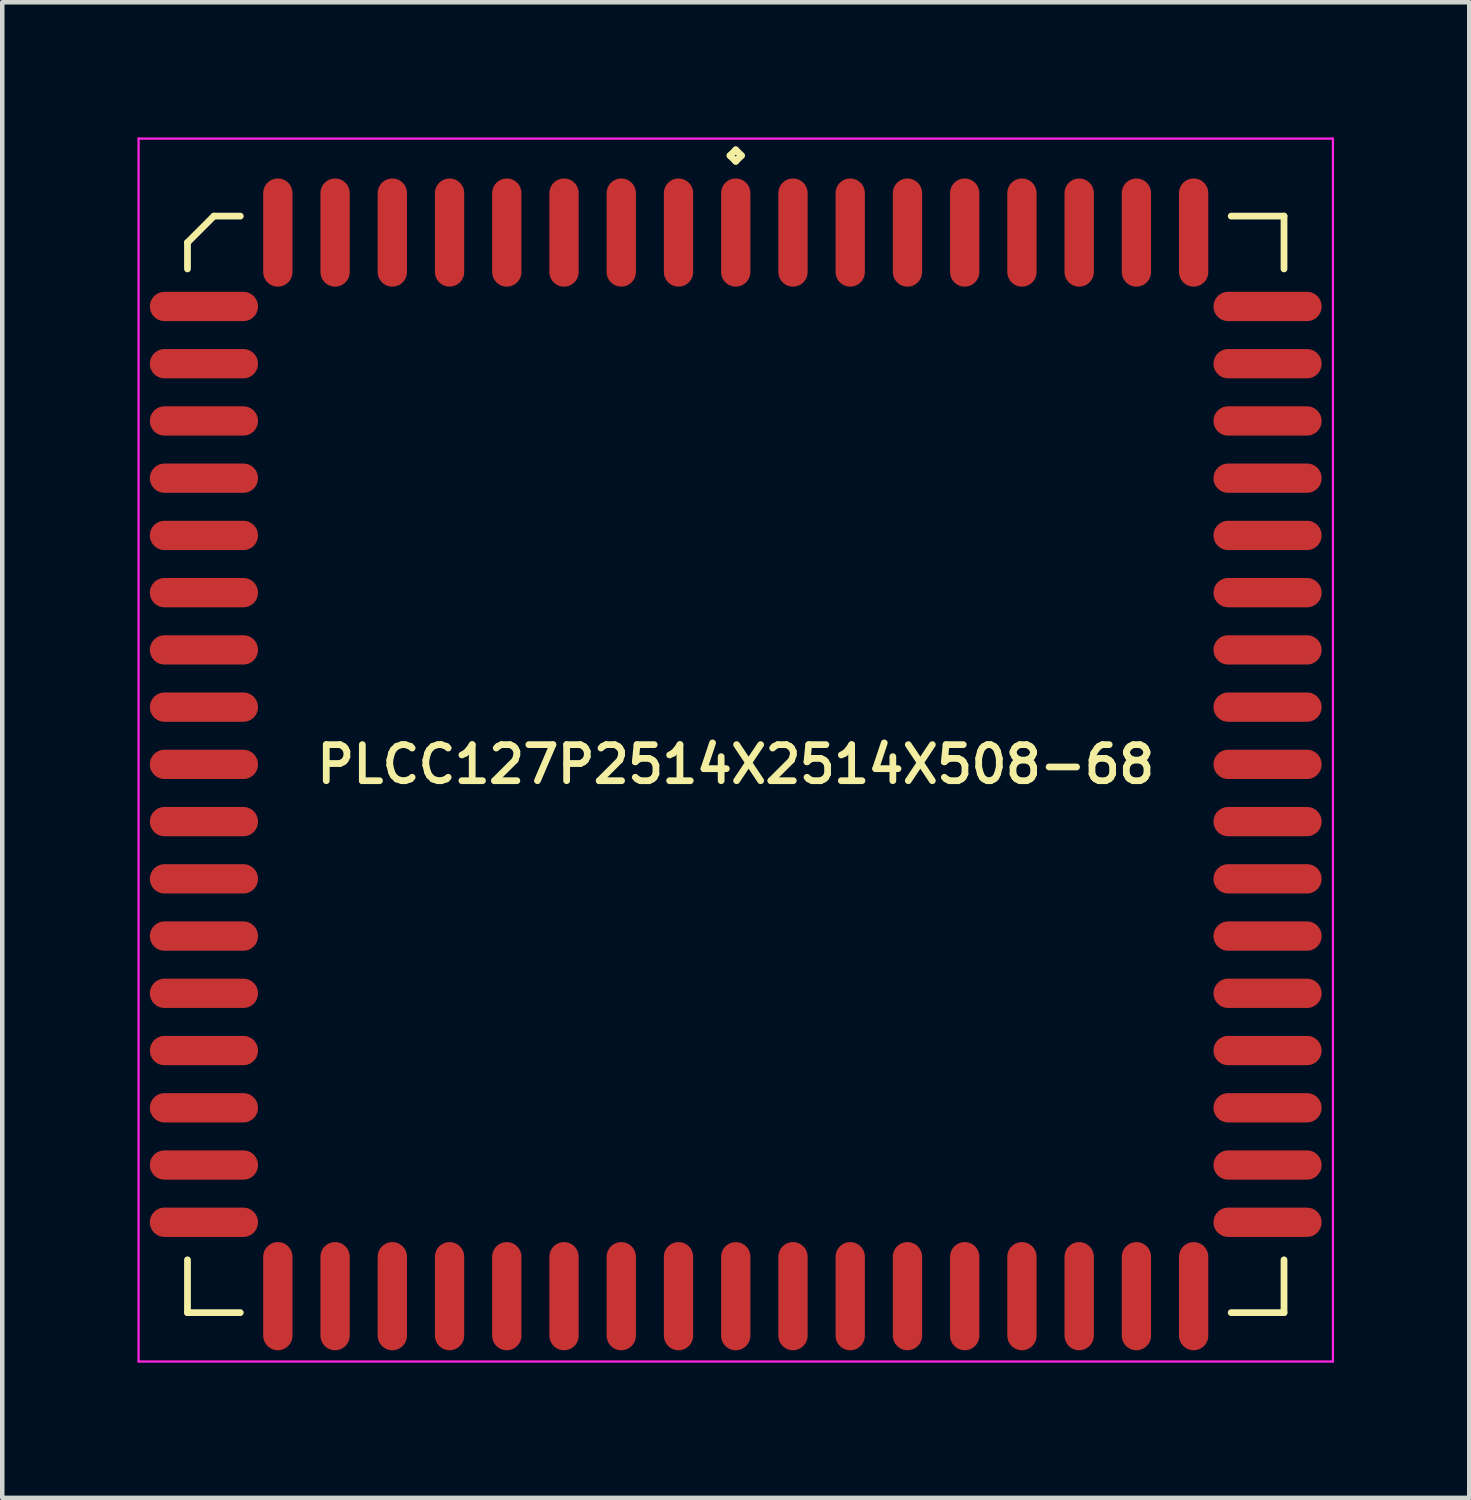
<source format=kicad_pcb>
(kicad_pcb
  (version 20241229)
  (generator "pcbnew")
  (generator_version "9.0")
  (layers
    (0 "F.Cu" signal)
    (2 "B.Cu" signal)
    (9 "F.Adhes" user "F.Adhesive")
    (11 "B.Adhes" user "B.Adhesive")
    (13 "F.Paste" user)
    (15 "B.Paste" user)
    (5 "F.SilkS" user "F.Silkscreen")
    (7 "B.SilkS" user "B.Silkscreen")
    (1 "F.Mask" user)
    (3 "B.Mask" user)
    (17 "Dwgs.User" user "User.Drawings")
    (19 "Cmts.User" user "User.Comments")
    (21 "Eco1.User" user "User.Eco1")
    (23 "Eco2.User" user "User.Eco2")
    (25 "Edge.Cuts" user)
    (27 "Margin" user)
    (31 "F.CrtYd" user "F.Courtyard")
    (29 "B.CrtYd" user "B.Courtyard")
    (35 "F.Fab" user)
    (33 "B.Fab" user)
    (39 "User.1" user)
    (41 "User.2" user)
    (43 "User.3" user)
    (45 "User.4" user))
  (footprint "PLCC127P2514X2514X508-68"
    (layer "F.Cu")
    (at 13.275 13.91)
    (property "Reference" "PLCC127P2514X2514X508-68" (at 0 0 0) (layer "F.SilkS") (effects (font (size 0.8 0.8) (thickness 0.15))))
    (attr smd)
    (fp_line (start -12.165 -11.579) (end -11.579 -12.165) (stroke (width 0.15) (type solid)) (layer "F.SilkS"))
    (fp_line (start -12.165 -10.993) (end -12.165 -11.579) (stroke (width 0.15) (type solid)) (layer "F.SilkS"))
    (fp_line (start -12.165 10.993) (end -12.165 12.165) (stroke (width 0.15) (type solid)) (layer "F.SilkS"))
    (fp_line (start -12.165 12.165) (end -10.993 12.165) (stroke (width 0.15) (type solid)) (layer "F.SilkS"))
    (fp_line (start -11.579 -12.165) (end -10.993 -12.165) (stroke (width 0.15) (type solid)) (layer "F.SilkS"))
    (fp_line (start -0.127 -13.508) (end 0 -13.635) (stroke (width 0.15) (type solid)) (layer "F.SilkS"))
    (fp_line (start 0 -13.635) (end 0.127 -13.508) (stroke (width 0.15) (type solid)) (layer "F.SilkS"))
    (fp_line (start 0 -13.381) (end -0.127 -13.508) (stroke (width 0.15) (type solid)) (layer "F.SilkS"))
    (fp_line (start 0.127 -13.508) (end 0 -13.381) (stroke (width 0.15) (type solid)) (layer "F.SilkS"))
    (fp_line (start 12.165 -12.165) (end 10.993 -12.165) (stroke (width 0.15) (type solid)) (layer "F.SilkS"))
    (fp_line (start 12.165 -10.993) (end 12.165 -12.165) (stroke (width 0.15) (type solid)) (layer "F.SilkS"))
    (fp_line (start 12.165 10.993) (end 12.165 12.165) (stroke (width 0.15) (type solid)) (layer "F.SilkS"))
    (fp_line (start 12.165 12.165) (end 10.993 12.165) (stroke (width 0.15) (type solid)) (layer "F.SilkS"))
    (fp_line (start -13.25 -13.885) (end 13.25 -13.885) (stroke (width 0.05) (type solid)) (layer "F.CrtYd"))
    (fp_line (start -13.25 13.25) (end -13.25 -13.885) (stroke (width 0.05) (type solid)) (layer "F.CrtYd"))
    (fp_line (start 13.25 -13.885) (end 13.25 13.25) (stroke (width 0.05) (type solid)) (layer "F.CrtYd"))
    (fp_line (start 13.25 13.25) (end -13.25 13.25) (stroke (width 0.05) (type solid)) (layer "F.CrtYd"))
    (pad "1" smd oval (at 0 -11.8) (size 0.65 2.4) (layers "F.Cu" "F.Mask" "F.Paste"))
    (pad "2" smd oval (at -1.27 -11.8) (size 0.65 2.4) (layers "F.Cu" "F.Mask" "F.Paste"))
    (pad "3" smd oval (at -2.54 -11.8) (size 0.65 2.4) (layers "F.Cu" "F.Mask" "F.Paste"))
    (pad "4" smd oval (at -3.81 -11.8) (size 0.65 2.4) (layers "F.Cu" "F.Mask" "F.Paste"))
    (pad "5" smd oval (at -5.08 -11.8) (size 0.65 2.4) (layers "F.Cu" "F.Mask" "F.Paste"))
    (pad "6" smd oval (at -6.35 -11.8) (size 0.65 2.4) (layers "F.Cu" "F.Mask" "F.Paste"))
    (pad "7" smd oval (at -7.62 -11.8) (size 0.65 2.4) (layers "F.Cu" "F.Mask" "F.Paste"))
    (pad "8" smd oval (at -8.89 -11.8) (size 0.65 2.4) (layers "F.Cu" "F.Mask" "F.Paste"))
    (pad "9" smd oval (at -10.16 -11.8) (size 0.65 2.4) (layers "F.Cu" "F.Mask" "F.Paste"))
    (pad "10" smd oval (at -11.8 -10.16) (size 2.4 0.65) (layers "F.Cu" "F.Mask" "F.Paste"))
    (pad "11" smd oval (at -11.8 -8.89) (size 2.4 0.65) (layers "F.Cu" "F.Mask" "F.Paste"))
    (pad "12" smd oval (at -11.8 -7.62) (size 2.4 0.65) (layers "F.Cu" "F.Mask" "F.Paste"))
    (pad "13" smd oval (at -11.8 -6.35) (size 2.4 0.65) (layers "F.Cu" "F.Mask" "F.Paste"))
    (pad "14" smd oval (at -11.8 -5.08) (size 2.4 0.65) (layers "F.Cu" "F.Mask" "F.Paste"))
    (pad "15" smd oval (at -11.8 -3.81) (size 2.4 0.65) (layers "F.Cu" "F.Mask" "F.Paste"))
    (pad "16" smd oval (at -11.8 -2.54) (size 2.4 0.65) (layers "F.Cu" "F.Mask" "F.Paste"))
    (pad "17" smd oval (at -11.8 -1.27) (size 2.4 0.65) (layers "F.Cu" "F.Mask" "F.Paste"))
    (pad "18" smd oval (at -11.8 0) (size 2.4 0.65) (layers "F.Cu" "F.Mask" "F.Paste"))
    (pad "19" smd oval (at -11.8 1.27) (size 2.4 0.65) (layers "F.Cu" "F.Mask" "F.Paste"))
    (pad "20" smd oval (at -11.8 2.54) (size 2.4 0.65) (layers "F.Cu" "F.Mask" "F.Paste"))
    (pad "21" smd oval (at -11.8 3.81) (size 2.4 0.65) (layers "F.Cu" "F.Mask" "F.Paste"))
    (pad "22" smd oval (at -11.8 5.08) (size 2.4 0.65) (layers "F.Cu" "F.Mask" "F.Paste"))
    (pad "23" smd oval (at -11.8 6.35) (size 2.4 0.65) (layers "F.Cu" "F.Mask" "F.Paste"))
    (pad "24" smd oval (at -11.8 7.62) (size 2.4 0.65) (layers "F.Cu" "F.Mask" "F.Paste"))
    (pad "25" smd oval (at -11.8 8.89) (size 2.4 0.65) (layers "F.Cu" "F.Mask" "F.Paste"))
    (pad "26" smd oval (at -11.8 10.16) (size 2.4 0.65) (layers "F.Cu" "F.Mask" "F.Paste"))
    (pad "27" smd oval (at -10.16 11.8) (size 0.65 2.4) (layers "F.Cu" "F.Mask" "F.Paste"))
    (pad "28" smd oval (at -8.89 11.8) (size 0.65 2.4) (layers "F.Cu" "F.Mask" "F.Paste"))
    (pad "29" smd oval (at -7.62 11.8) (size 0.65 2.4) (layers "F.Cu" "F.Mask" "F.Paste"))
    (pad "30" smd oval (at -6.35 11.8) (size 0.65 2.4) (layers "F.Cu" "F.Mask" "F.Paste"))
    (pad "31" smd oval (at -5.08 11.8) (size 0.65 2.4) (layers "F.Cu" "F.Mask" "F.Paste"))
    (pad "32" smd oval (at -3.81 11.8) (size 0.65 2.4) (layers "F.Cu" "F.Mask" "F.Paste"))
    (pad "33" smd oval (at -2.54 11.8) (size 0.65 2.4) (layers "F.Cu" "F.Mask" "F.Paste"))
    (pad "34" smd oval (at -1.27 11.8) (size 0.65 2.4) (layers "F.Cu" "F.Mask" "F.Paste"))
    (pad "35" smd oval (at 0 11.8) (size 0.65 2.4) (layers "F.Cu" "F.Mask" "F.Paste"))
    (pad "36" smd oval (at 1.27 11.8) (size 0.65 2.4) (layers "F.Cu" "F.Mask" "F.Paste"))
    (pad "37" smd oval (at 2.54 11.8) (size 0.65 2.4) (layers "F.Cu" "F.Mask" "F.Paste"))
    (pad "38" smd oval (at 3.81 11.8) (size 0.65 2.4) (layers "F.Cu" "F.Mask" "F.Paste"))
    (pad "39" smd oval (at 5.08 11.8) (size 0.65 2.4) (layers "F.Cu" "F.Mask" "F.Paste"))
    (pad "40" smd oval (at 6.35 11.8) (size 0.65 2.4) (layers "F.Cu" "F.Mask" "F.Paste"))
    (pad "41" smd oval (at 7.62 11.8) (size 0.65 2.4) (layers "F.Cu" "F.Mask" "F.Paste"))
    (pad "42" smd oval (at 8.89 11.8) (size 0.65 2.4) (layers "F.Cu" "F.Mask" "F.Paste"))
    (pad "43" smd oval (at 10.16 11.8) (size 0.65 2.4) (layers "F.Cu" "F.Mask" "F.Paste"))
    (pad "44" smd oval (at 11.8 10.16) (size 2.4 0.65) (layers "F.Cu" "F.Mask" "F.Paste"))
    (pad "45" smd oval (at 11.8 8.89) (size 2.4 0.65) (layers "F.Cu" "F.Mask" "F.Paste"))
    (pad "46" smd oval (at 11.8 7.62) (size 2.4 0.65) (layers "F.Cu" "F.Mask" "F.Paste"))
    (pad "47" smd oval (at 11.8 6.35) (size 2.4 0.65) (layers "F.Cu" "F.Mask" "F.Paste"))
    (pad "48" smd oval (at 11.8 5.08) (size 2.4 0.65) (layers "F.Cu" "F.Mask" "F.Paste"))
    (pad "49" smd oval (at 11.8 3.81) (size 2.4 0.65) (layers "F.Cu" "F.Mask" "F.Paste"))
    (pad "50" smd oval (at 11.8 2.54) (size 2.4 0.65) (layers "F.Cu" "F.Mask" "F.Paste"))
    (pad "51" smd oval (at 11.8 1.27) (size 2.4 0.65) (layers "F.Cu" "F.Mask" "F.Paste"))
    (pad "52" smd oval (at 11.8 0) (size 2.4 0.65) (layers "F.Cu" "F.Mask" "F.Paste"))
    (pad "53" smd oval (at 11.8 -1.27) (size 2.4 0.65) (layers "F.Cu" "F.Mask" "F.Paste"))
    (pad "54" smd oval (at 11.8 -2.54) (size 2.4 0.65) (layers "F.Cu" "F.Mask" "F.Paste"))
    (pad "55" smd oval (at 11.8 -3.81) (size 2.4 0.65) (layers "F.Cu" "F.Mask" "F.Paste"))
    (pad "56" smd oval (at 11.8 -5.08) (size 2.4 0.65) (layers "F.Cu" "F.Mask" "F.Paste"))
    (pad "57" smd oval (at 11.8 -6.35) (size 2.4 0.65) (layers "F.Cu" "F.Mask" "F.Paste"))
    (pad "58" smd oval (at 11.8 -7.62) (size 2.4 0.65) (layers "F.Cu" "F.Mask" "F.Paste"))
    (pad "59" smd oval (at 11.8 -8.89) (size 2.4 0.65) (layers "F.Cu" "F.Mask" "F.Paste"))
    (pad "60" smd oval (at 11.8 -10.16) (size 2.4 0.65) (layers "F.Cu" "F.Mask" "F.Paste"))
    (pad "61" smd oval (at 10.16 -11.8) (size 0.65 2.4) (layers "F.Cu" "F.Mask" "F.Paste"))
    (pad "62" smd oval (at 8.89 -11.8) (size 0.65 2.4) (layers "F.Cu" "F.Mask" "F.Paste"))
    (pad "63" smd oval (at 7.62 -11.8) (size 0.65 2.4) (layers "F.Cu" "F.Mask" "F.Paste"))
    (pad "64" smd oval (at 6.35 -11.8) (size 0.65 2.4) (layers "F.Cu" "F.Mask" "F.Paste"))
    (pad "65" smd oval (at 5.08 -11.8) (size 0.65 2.4) (layers "F.Cu" "F.Mask" "F.Paste"))
    (pad "66" smd oval (at 3.81 -11.8) (size 0.65 2.4) (layers "F.Cu" "F.Mask" "F.Paste"))
    (pad "67" smd oval (at 2.54 -11.8) (size 0.65 2.4) (layers "F.Cu" "F.Mask" "F.Paste"))
    (pad "68" smd oval (at 1.27 -11.8) (size 0.65 2.4) (layers "F.Cu" "F.Mask" "F.Paste")))
  (gr_rect
    (start -3 -3)
    (end 29.55 30.185)
    (stroke (width 0.1) (type default))
    (fill no)
    (layer "Edge.Cuts")))
</source>
